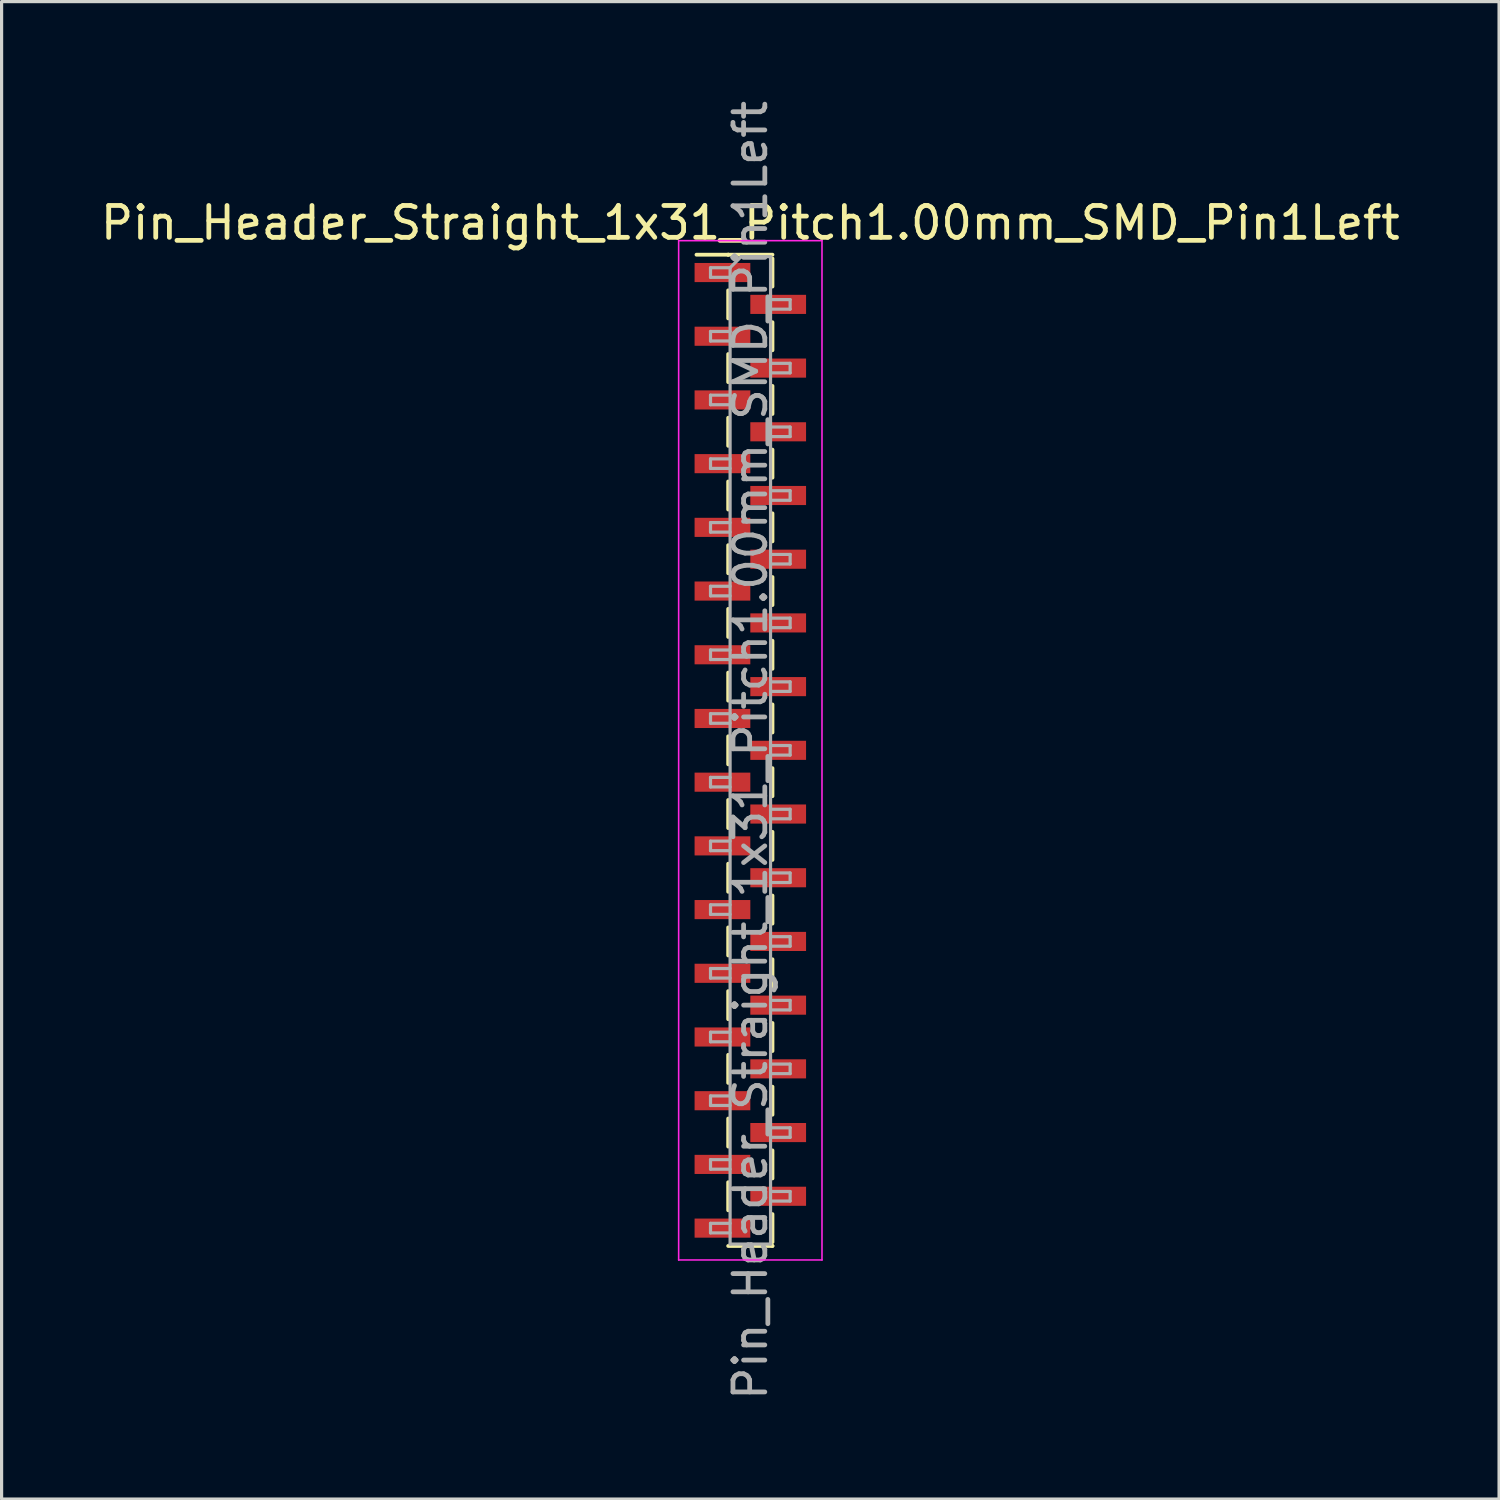
<source format=kicad_pcb>
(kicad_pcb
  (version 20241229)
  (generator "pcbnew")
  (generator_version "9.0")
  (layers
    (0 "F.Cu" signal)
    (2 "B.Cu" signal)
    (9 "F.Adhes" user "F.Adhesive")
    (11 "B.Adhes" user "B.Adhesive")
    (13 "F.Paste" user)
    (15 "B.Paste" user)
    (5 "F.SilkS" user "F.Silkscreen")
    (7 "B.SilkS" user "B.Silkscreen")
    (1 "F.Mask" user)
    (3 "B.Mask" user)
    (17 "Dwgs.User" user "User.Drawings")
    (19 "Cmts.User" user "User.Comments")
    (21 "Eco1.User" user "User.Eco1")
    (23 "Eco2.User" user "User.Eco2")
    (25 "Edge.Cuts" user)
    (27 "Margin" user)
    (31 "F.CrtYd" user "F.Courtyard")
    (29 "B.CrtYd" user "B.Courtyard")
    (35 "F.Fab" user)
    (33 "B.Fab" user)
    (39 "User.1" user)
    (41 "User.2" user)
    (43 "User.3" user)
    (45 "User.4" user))
  (footprint "Pin_Header_Straight_1x31_Pitch1.00mm_SMD_Pin1Left"
    (layer "F.Cu")
    (at 20.506 20.506)
    (property "Reference" "Pin_Header_Straight_1x31_Pitch1.00mm_SMD_Pin1Left" (at 0 -16.56 0) (layer "F.SilkS") (effects (font (size 1 1) (thickness 0.15))))
    (attr smd)
    (fp_line (start -0.695 -15.56) (end -1.69 -15.56) (stroke (width 0.12) (type solid)) (layer "F.SilkS"))
    (fp_line (start -0.695 -15.56) (end -0.695 -15.56) (stroke (width 0.12) (type solid)) (layer "F.SilkS"))
    (fp_line (start -0.695 -15.56) (end 0.695 -15.56) (stroke (width 0.12) (type solid)) (layer "F.SilkS"))
    (fp_line (start -0.695 -14.44) (end -0.695 -13.56) (stroke (width 0.12) (type solid)) (layer "F.SilkS"))
    (fp_line (start -0.695 -12.44) (end -0.695 -11.56) (stroke (width 0.12) (type solid)) (layer "F.SilkS"))
    (fp_line (start -0.695 -10.44) (end -0.695 -9.56) (stroke (width 0.12) (type solid)) (layer "F.SilkS"))
    (fp_line (start -0.695 -8.44) (end -0.695 -7.56) (stroke (width 0.12) (type solid)) (layer "F.SilkS"))
    (fp_line (start -0.695 -6.44) (end -0.695 -5.56) (stroke (width 0.12) (type solid)) (layer "F.SilkS"))
    (fp_line (start -0.695 -4.44) (end -0.695 -3.56) (stroke (width 0.12) (type solid)) (layer "F.SilkS"))
    (fp_line (start -0.695 -2.44) (end -0.695 -1.56) (stroke (width 0.12) (type solid)) (layer "F.SilkS"))
    (fp_line (start -0.695 -0.44) (end -0.695 0.44) (stroke (width 0.12) (type solid)) (layer "F.SilkS"))
    (fp_line (start -0.695 1.56) (end -0.695 2.44) (stroke (width 0.12) (type solid)) (layer "F.SilkS"))
    (fp_line (start -0.695 3.56) (end -0.695 4.44) (stroke (width 0.12) (type solid)) (layer "F.SilkS"))
    (fp_line (start -0.695 5.56) (end -0.695 6.44) (stroke (width 0.12) (type solid)) (layer "F.SilkS"))
    (fp_line (start -0.695 7.56) (end -0.695 8.44) (stroke (width 0.12) (type solid)) (layer "F.SilkS"))
    (fp_line (start -0.695 9.56) (end -0.695 10.44) (stroke (width 0.12) (type solid)) (layer "F.SilkS"))
    (fp_line (start -0.695 11.56) (end -0.695 12.44) (stroke (width 0.12) (type solid)) (layer "F.SilkS"))
    (fp_line (start -0.695 13.56) (end -0.695 14.44) (stroke (width 0.12) (type solid)) (layer "F.SilkS"))
    (fp_line (start -0.695 15.56) (end 0.695 15.56) (stroke (width 0.12) (type solid)) (layer "F.SilkS"))
    (fp_line (start 0.695 -15.44) (end 0.695 -14.56) (stroke (width 0.12) (type solid)) (layer "F.SilkS"))
    (fp_line (start 0.695 -13.44) (end 0.695 -12.56) (stroke (width 0.12) (type solid)) (layer "F.SilkS"))
    (fp_line (start 0.695 -11.44) (end 0.695 -10.56) (stroke (width 0.12) (type solid)) (layer "F.SilkS"))
    (fp_line (start 0.695 -9.44) (end 0.695 -8.56) (stroke (width 0.12) (type solid)) (layer "F.SilkS"))
    (fp_line (start 0.695 -7.44) (end 0.695 -6.56) (stroke (width 0.12) (type solid)) (layer "F.SilkS"))
    (fp_line (start 0.695 -5.44) (end 0.695 -4.56) (stroke (width 0.12) (type solid)) (layer "F.SilkS"))
    (fp_line (start 0.695 -3.44) (end 0.695 -2.56) (stroke (width 0.12) (type solid)) (layer "F.SilkS"))
    (fp_line (start 0.695 -1.44) (end 0.695 -0.56) (stroke (width 0.12) (type solid)) (layer "F.SilkS"))
    (fp_line (start 0.695 0.56) (end 0.695 1.44) (stroke (width 0.12) (type solid)) (layer "F.SilkS"))
    (fp_line (start 0.695 2.56) (end 0.695 3.44) (stroke (width 0.12) (type solid)) (layer "F.SilkS"))
    (fp_line (start 0.695 4.56) (end 0.695 5.44) (stroke (width 0.12) (type solid)) (layer "F.SilkS"))
    (fp_line (start 0.695 6.56) (end 0.695 7.44) (stroke (width 0.12) (type solid)) (layer "F.SilkS"))
    (fp_line (start 0.695 8.56) (end 0.695 9.44) (stroke (width 0.12) (type solid)) (layer "F.SilkS"))
    (fp_line (start 0.695 10.56) (end 0.695 11.44) (stroke (width 0.12) (type solid)) (layer "F.SilkS"))
    (fp_line (start 0.695 12.56) (end 0.695 13.44) (stroke (width 0.12) (type solid)) (layer "F.SilkS"))
    (fp_line (start 0.695 14.56) (end 0.695 15.44) (stroke (width 0.12) (type solid)) (layer "F.SilkS"))
    (fp_line (start 0.695 15.56) (end 0.695 15.56) (stroke (width 0.12) (type solid)) (layer "F.SilkS"))
    (fp_line (start -2.25 -16) (end -2.25 16) (stroke (width 0.05) (type solid)) (layer "F.CrtYd"))
    (fp_line (start -2.25 16) (end 2.25 16) (stroke (width 0.05) (type solid)) (layer "F.CrtYd"))
    (fp_line (start 2.25 -16) (end -2.25 -16) (stroke (width 0.05) (type solid)) (layer "F.CrtYd"))
    (fp_line (start 2.25 16) (end 2.25 -16) (stroke (width 0.05) (type solid)) (layer "F.CrtYd"))
    (fp_line (start -1.25 -15.15) (end -1.25 -14.85) (stroke (width 0.1) (type solid)) (layer "F.Fab"))
    (fp_line (start -1.25 -14.85) (end -0.635 -14.85) (stroke (width 0.1) (type solid)) (layer "F.Fab"))
    (fp_line (start -1.25 -13.15) (end -1.25 -12.85) (stroke (width 0.1) (type solid)) (layer "F.Fab"))
    (fp_line (start -1.25 -12.85) (end -0.635 -12.85) (stroke (width 0.1) (type solid)) (layer "F.Fab"))
    (fp_line (start -1.25 -11.15) (end -1.25 -10.85) (stroke (width 0.1) (type solid)) (layer "F.Fab"))
    (fp_line (start -1.25 -10.85) (end -0.635 -10.85) (stroke (width 0.1) (type solid)) (layer "F.Fab"))
    (fp_line (start -1.25 -9.15) (end -1.25 -8.85) (stroke (width 0.1) (type solid)) (layer "F.Fab"))
    (fp_line (start -1.25 -8.85) (end -0.635 -8.85) (stroke (width 0.1) (type solid)) (layer "F.Fab"))
    (fp_line (start -1.25 -7.15) (end -1.25 -6.85) (stroke (width 0.1) (type solid)) (layer "F.Fab"))
    (fp_line (start -1.25 -6.85) (end -0.635 -6.85) (stroke (width 0.1) (type solid)) (layer "F.Fab"))
    (fp_line (start -1.25 -5.15) (end -1.25 -4.85) (stroke (width 0.1) (type solid)) (layer "F.Fab"))
    (fp_line (start -1.25 -4.85) (end -0.635 -4.85) (stroke (width 0.1) (type solid)) (layer "F.Fab"))
    (fp_line (start -1.25 -3.15) (end -1.25 -2.85) (stroke (width 0.1) (type solid)) (layer "F.Fab"))
    (fp_line (start -1.25 -2.85) (end -0.635 -2.85) (stroke (width 0.1) (type solid)) (layer "F.Fab"))
    (fp_line (start -1.25 -1.15) (end -1.25 -0.85) (stroke (width 0.1) (type solid)) (layer "F.Fab"))
    (fp_line (start -1.25 -0.85) (end -0.635 -0.85) (stroke (width 0.1) (type solid)) (layer "F.Fab"))
    (fp_line (start -1.25 0.85) (end -1.25 1.15) (stroke (width 0.1) (type solid)) (layer "F.Fab"))
    (fp_line (start -1.25 1.15) (end -0.635 1.15) (stroke (width 0.1) (type solid)) (layer "F.Fab"))
    (fp_line (start -1.25 2.85) (end -1.25 3.15) (stroke (width 0.1) (type solid)) (layer "F.Fab"))
    (fp_line (start -1.25 3.15) (end -0.635 3.15) (stroke (width 0.1) (type solid)) (layer "F.Fab"))
    (fp_line (start -1.25 4.85) (end -1.25 5.15) (stroke (width 0.1) (type solid)) (layer "F.Fab"))
    (fp_line (start -1.25 5.15) (end -0.635 5.15) (stroke (width 0.1) (type solid)) (layer "F.Fab"))
    (fp_line (start -1.25 6.85) (end -1.25 7.15) (stroke (width 0.1) (type solid)) (layer "F.Fab"))
    (fp_line (start -1.25 7.15) (end -0.635 7.15) (stroke (width 0.1) (type solid)) (layer "F.Fab"))
    (fp_line (start -1.25 8.85) (end -1.25 9.15) (stroke (width 0.1) (type solid)) (layer "F.Fab"))
    (fp_line (start -1.25 9.15) (end -0.635 9.15) (stroke (width 0.1) (type solid)) (layer "F.Fab"))
    (fp_line (start -1.25 10.85) (end -1.25 11.15) (stroke (width 0.1) (type solid)) (layer "F.Fab"))
    (fp_line (start -1.25 11.15) (end -0.635 11.15) (stroke (width 0.1) (type solid)) (layer "F.Fab"))
    (fp_line (start -1.25 12.85) (end -1.25 13.15) (stroke (width 0.1) (type solid)) (layer "F.Fab"))
    (fp_line (start -1.25 13.15) (end -0.635 13.15) (stroke (width 0.1) (type solid)) (layer "F.Fab"))
    (fp_line (start -1.25 14.85) (end -1.25 15.15) (stroke (width 0.1) (type solid)) (layer "F.Fab"))
    (fp_line (start -1.25 15.15) (end -0.635 15.15) (stroke (width 0.1) (type solid)) (layer "F.Fab"))
    (fp_line (start -0.635 -15.15) (end -1.25 -15.15) (stroke (width 0.1) (type solid)) (layer "F.Fab"))
    (fp_line (start -0.635 -15.15) (end -0.285 -15.5) (stroke (width 0.1) (type solid)) (layer "F.Fab"))
    (fp_line (start -0.635 -13.15) (end -1.25 -13.15) (stroke (width 0.1) (type solid)) (layer "F.Fab"))
    (fp_line (start -0.635 -11.15) (end -1.25 -11.15) (stroke (width 0.1) (type solid)) (layer "F.Fab"))
    (fp_line (start -0.635 -9.15) (end -1.25 -9.15) (stroke (width 0.1) (type solid)) (layer "F.Fab"))
    (fp_line (start -0.635 -7.15) (end -1.25 -7.15) (stroke (width 0.1) (type solid)) (layer "F.Fab"))
    (fp_line (start -0.635 -5.15) (end -1.25 -5.15) (stroke (width 0.1) (type solid)) (layer "F.Fab"))
    (fp_line (start -0.635 -3.15) (end -1.25 -3.15) (stroke (width 0.1) (type solid)) (layer "F.Fab"))
    (fp_line (start -0.635 -1.15) (end -1.25 -1.15) (stroke (width 0.1) (type solid)) (layer "F.Fab"))
    (fp_line (start -0.635 0.85) (end -1.25 0.85) (stroke (width 0.1) (type solid)) (layer "F.Fab"))
    (fp_line (start -0.635 2.85) (end -1.25 2.85) (stroke (width 0.1) (type solid)) (layer "F.Fab"))
    (fp_line (start -0.635 4.85) (end -1.25 4.85) (stroke (width 0.1) (type solid)) (layer "F.Fab"))
    (fp_line (start -0.635 6.85) (end -1.25 6.85) (stroke (width 0.1) (type solid)) (layer "F.Fab"))
    (fp_line (start -0.635 8.85) (end -1.25 8.85) (stroke (width 0.1) (type solid)) (layer "F.Fab"))
    (fp_line (start -0.635 10.85) (end -1.25 10.85) (stroke (width 0.1) (type solid)) (layer "F.Fab"))
    (fp_line (start -0.635 12.85) (end -1.25 12.85) (stroke (width 0.1) (type solid)) (layer "F.Fab"))
    (fp_line (start -0.635 14.85) (end -1.25 14.85) (stroke (width 0.1) (type solid)) (layer "F.Fab"))
    (fp_line (start -0.635 15.5) (end -0.635 -15.15) (stroke (width 0.1) (type solid)) (layer "F.Fab"))
    (fp_line (start -0.285 -15.5) (end 0.635 -15.5) (stroke (width 0.1) (type solid)) (layer "F.Fab"))
    (fp_line (start 0.635 -15.5) (end 0.635 15.5) (stroke (width 0.1) (type solid)) (layer "F.Fab"))
    (fp_line (start 0.635 -14.15) (end 1.25 -14.15) (stroke (width 0.1) (type solid)) (layer "F.Fab"))
    (fp_line (start 0.635 -12.15) (end 1.25 -12.15) (stroke (width 0.1) (type solid)) (layer "F.Fab"))
    (fp_line (start 0.635 -10.15) (end 1.25 -10.15) (stroke (width 0.1) (type solid)) (layer "F.Fab"))
    (fp_line (start 0.635 -8.15) (end 1.25 -8.15) (stroke (width 0.1) (type solid)) (layer "F.Fab"))
    (fp_line (start 0.635 -6.15) (end 1.25 -6.15) (stroke (width 0.1) (type solid)) (layer "F.Fab"))
    (fp_line (start 0.635 -4.15) (end 1.25 -4.15) (stroke (width 0.1) (type solid)) (layer "F.Fab"))
    (fp_line (start 0.635 -2.15) (end 1.25 -2.15) (stroke (width 0.1) (type solid)) (layer "F.Fab"))
    (fp_line (start 0.635 -0.15) (end 1.25 -0.15) (stroke (width 0.1) (type solid)) (layer "F.Fab"))
    (fp_line (start 0.635 1.85) (end 1.25 1.85) (stroke (width 0.1) (type solid)) (layer "F.Fab"))
    (fp_line (start 0.635 3.85) (end 1.25 3.85) (stroke (width 0.1) (type solid)) (layer "F.Fab"))
    (fp_line (start 0.635 5.85) (end 1.25 5.85) (stroke (width 0.1) (type solid)) (layer "F.Fab"))
    (fp_line (start 0.635 7.85) (end 1.25 7.85) (stroke (width 0.1) (type solid)) (layer "F.Fab"))
    (fp_line (start 0.635 9.85) (end 1.25 9.85) (stroke (width 0.1) (type solid)) (layer "F.Fab"))
    (fp_line (start 0.635 11.85) (end 1.25 11.85) (stroke (width 0.1) (type solid)) (layer "F.Fab"))
    (fp_line (start 0.635 13.85) (end 1.25 13.85) (stroke (width 0.1) (type solid)) (layer "F.Fab"))
    (fp_line (start 0.635 15.5) (end -0.635 15.5) (stroke (width 0.1) (type solid)) (layer "F.Fab"))
    (fp_line (start 1.25 -14.15) (end 1.25 -13.85) (stroke (width 0.1) (type solid)) (layer "F.Fab"))
    (fp_line (start 1.25 -13.85) (end 0.635 -13.85) (stroke (width 0.1) (type solid)) (layer "F.Fab"))
    (fp_line (start 1.25 -12.15) (end 1.25 -11.85) (stroke (width 0.1) (type solid)) (layer "F.Fab"))
    (fp_line (start 1.25 -11.85) (end 0.635 -11.85) (stroke (width 0.1) (type solid)) (layer "F.Fab"))
    (fp_line (start 1.25 -10.15) (end 1.25 -9.85) (stroke (width 0.1) (type solid)) (layer "F.Fab"))
    (fp_line (start 1.25 -9.85) (end 0.635 -9.85) (stroke (width 0.1) (type solid)) (layer "F.Fab"))
    (fp_line (start 1.25 -8.15) (end 1.25 -7.85) (stroke (width 0.1) (type solid)) (layer "F.Fab"))
    (fp_line (start 1.25 -7.85) (end 0.635 -7.85) (stroke (width 0.1) (type solid)) (layer "F.Fab"))
    (fp_line (start 1.25 -6.15) (end 1.25 -5.85) (stroke (width 0.1) (type solid)) (layer "F.Fab"))
    (fp_line (start 1.25 -5.85) (end 0.635 -5.85) (stroke (width 0.1) (type solid)) (layer "F.Fab"))
    (fp_line (start 1.25 -4.15) (end 1.25 -3.85) (stroke (width 0.1) (type solid)) (layer "F.Fab"))
    (fp_line (start 1.25 -3.85) (end 0.635 -3.85) (stroke (width 0.1) (type solid)) (layer "F.Fab"))
    (fp_line (start 1.25 -2.15) (end 1.25 -1.85) (stroke (width 0.1) (type solid)) (layer "F.Fab"))
    (fp_line (start 1.25 -1.85) (end 0.635 -1.85) (stroke (width 0.1) (type solid)) (layer "F.Fab"))
    (fp_line (start 1.25 -0.15) (end 1.25 0.15) (stroke (width 0.1) (type solid)) (layer "F.Fab"))
    (fp_line (start 1.25 0.15) (end 0.635 0.15) (stroke (width 0.1) (type solid)) (layer "F.Fab"))
    (fp_line (start 1.25 1.85) (end 1.25 2.15) (stroke (width 0.1) (type solid)) (layer "F.Fab"))
    (fp_line (start 1.25 2.15) (end 0.635 2.15) (stroke (width 0.1) (type solid)) (layer "F.Fab"))
    (fp_line (start 1.25 3.85) (end 1.25 4.15) (stroke (width 0.1) (type solid)) (layer "F.Fab"))
    (fp_line (start 1.25 4.15) (end 0.635 4.15) (stroke (width 0.1) (type solid)) (layer "F.Fab"))
    (fp_line (start 1.25 5.85) (end 1.25 6.15) (stroke (width 0.1) (type solid)) (layer "F.Fab"))
    (fp_line (start 1.25 6.15) (end 0.635 6.15) (stroke (width 0.1) (type solid)) (layer "F.Fab"))
    (fp_line (start 1.25 7.85) (end 1.25 8.15) (stroke (width 0.1) (type solid)) (layer "F.Fab"))
    (fp_line (start 1.25 8.15) (end 0.635 8.15) (stroke (width 0.1) (type solid)) (layer "F.Fab"))
    (fp_line (start 1.25 9.85) (end 1.25 10.15) (stroke (width 0.1) (type solid)) (layer "F.Fab"))
    (fp_line (start 1.25 10.15) (end 0.635 10.15) (stroke (width 0.1) (type solid)) (layer "F.Fab"))
    (fp_line (start 1.25 11.85) (end 1.25 12.15) (stroke (width 0.1) (type solid)) (layer "F.Fab"))
    (fp_line (start 1.25 12.15) (end 0.635 12.15) (stroke (width 0.1) (type solid)) (layer "F.Fab"))
    (fp_line (start 1.25 13.85) (end 1.25 14.15) (stroke (width 0.1) (type solid)) (layer "F.Fab"))
    (fp_line (start 1.25 14.15) (end 0.635 14.15) (stroke (width 0.1) (type solid)) (layer "F.Fab"))
    (fp_text user "${REFERENCE}" (at 0 0 90) (layer "F.Fab") (effects (font (size 1 1) (thickness 0.15))))
    (pad "1" smd rect (at -0.875 -15) (size 1.75 0.6) (layers "F.Cu" "F.Mask" "F.Paste"))
    (pad "2" smd rect (at 0.875 -14) (size 1.75 0.6) (layers "F.Cu" "F.Mask" "F.Paste"))
    (pad "3" smd rect (at -0.875 -13) (size 1.75 0.6) (layers "F.Cu" "F.Mask" "F.Paste"))
    (pad "4" smd rect (at 0.875 -12) (size 1.75 0.6) (layers "F.Cu" "F.Mask" "F.Paste"))
    (pad "5" smd rect (at -0.875 -11) (size 1.75 0.6) (layers "F.Cu" "F.Mask" "F.Paste"))
    (pad "6" smd rect (at 0.875 -10) (size 1.75 0.6) (layers "F.Cu" "F.Mask" "F.Paste"))
    (pad "7" smd rect (at -0.875 -9) (size 1.75 0.6) (layers "F.Cu" "F.Mask" "F.Paste"))
    (pad "8" smd rect (at 0.875 -8) (size 1.75 0.6) (layers "F.Cu" "F.Mask" "F.Paste"))
    (pad "9" smd rect (at -0.875 -7) (size 1.75 0.6) (layers "F.Cu" "F.Mask" "F.Paste"))
    (pad "10" smd rect (at 0.875 -6) (size 1.75 0.6) (layers "F.Cu" "F.Mask" "F.Paste"))
    (pad "11" smd rect (at -0.875 -5) (size 1.75 0.6) (layers "F.Cu" "F.Mask" "F.Paste"))
    (pad "12" smd rect (at 0.875 -4) (size 1.75 0.6) (layers "F.Cu" "F.Mask" "F.Paste"))
    (pad "13" smd rect (at -0.875 -3) (size 1.75 0.6) (layers "F.Cu" "F.Mask" "F.Paste"))
    (pad "14" smd rect (at 0.875 -2) (size 1.75 0.6) (layers "F.Cu" "F.Mask" "F.Paste"))
    (pad "15" smd rect (at -0.875 -1) (size 1.75 0.6) (layers "F.Cu" "F.Mask" "F.Paste"))
    (pad "16" smd rect (at 0.875 0) (size 1.75 0.6) (layers "F.Cu" "F.Mask" "F.Paste"))
    (pad "17" smd rect (at -0.875 1) (size 1.75 0.6) (layers "F.Cu" "F.Mask" "F.Paste"))
    (pad "18" smd rect (at 0.875 2) (size 1.75 0.6) (layers "F.Cu" "F.Mask" "F.Paste"))
    (pad "19" smd rect (at -0.875 3) (size 1.75 0.6) (layers "F.Cu" "F.Mask" "F.Paste"))
    (pad "20" smd rect (at 0.875 4) (size 1.75 0.6) (layers "F.Cu" "F.Mask" "F.Paste"))
    (pad "21" smd rect (at -0.875 5) (size 1.75 0.6) (layers "F.Cu" "F.Mask" "F.Paste"))
    (pad "22" smd rect (at 0.875 6) (size 1.75 0.6) (layers "F.Cu" "F.Mask" "F.Paste"))
    (pad "23" smd rect (at -0.875 7) (size 1.75 0.6) (layers "F.Cu" "F.Mask" "F.Paste"))
    (pad "24" smd rect (at 0.875 8) (size 1.75 0.6) (layers "F.Cu" "F.Mask" "F.Paste"))
    (pad "25" smd rect (at -0.875 9) (size 1.75 0.6) (layers "F.Cu" "F.Mask" "F.Paste"))
    (pad "26" smd rect (at 0.875 10) (size 1.75 0.6) (layers "F.Cu" "F.Mask" "F.Paste"))
    (pad "27" smd rect (at -0.875 11) (size 1.75 0.6) (layers "F.Cu" "F.Mask" "F.Paste"))
    (pad "28" smd rect (at 0.875 12) (size 1.75 0.6) (layers "F.Cu" "F.Mask" "F.Paste"))
    (pad "29" smd rect (at -0.875 13) (size 1.75 0.6) (layers "F.Cu" "F.Mask" "F.Paste"))
    (pad "30" smd rect (at 0.875 14) (size 1.75 0.6) (layers "F.Cu" "F.Mask" "F.Paste"))
    (pad "31" smd rect (at -0.875 15) (size 1.75 0.6) (layers "F.Cu" "F.Mask" "F.Paste")))
  (gr_rect
    (start -3 -3)
    (end 44.012 44.012)
    (stroke (width 0.1) (type default))
    (fill no)
    (layer "Edge.Cuts")))
</source>
